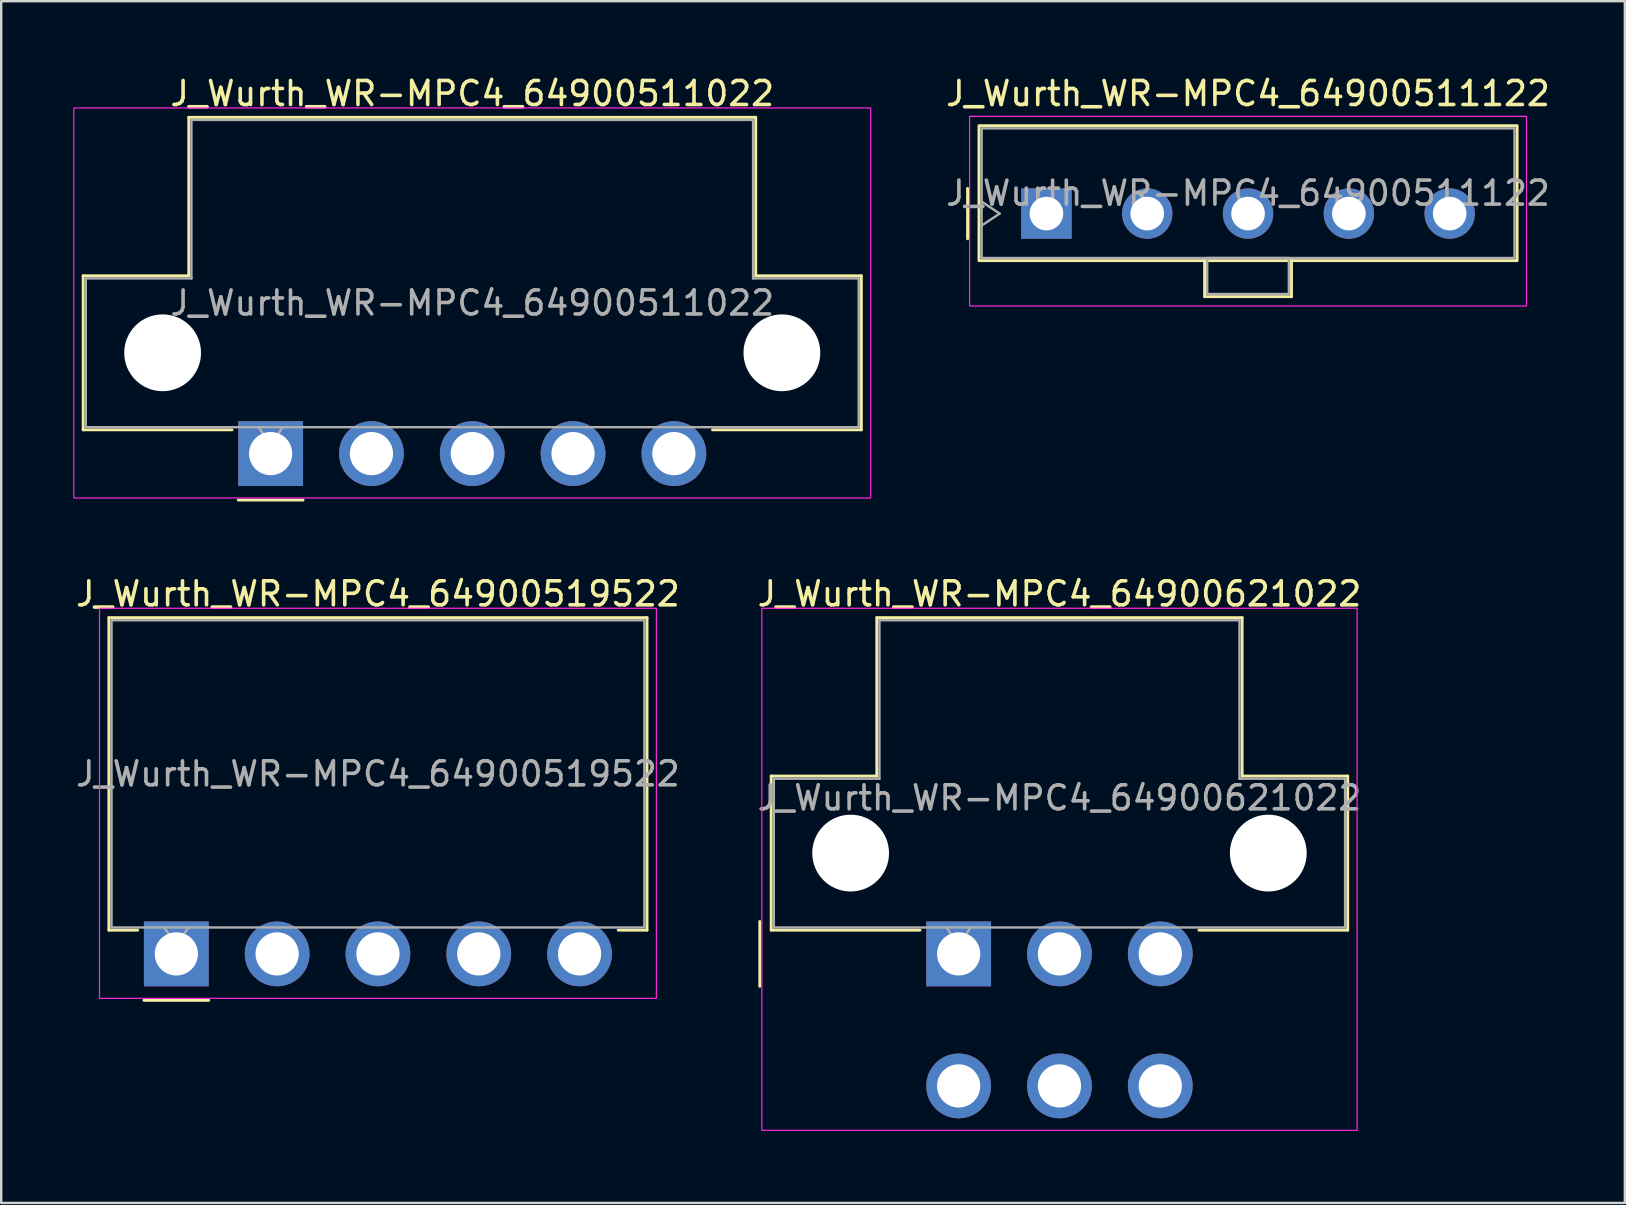
<source format=kicad_pcb>
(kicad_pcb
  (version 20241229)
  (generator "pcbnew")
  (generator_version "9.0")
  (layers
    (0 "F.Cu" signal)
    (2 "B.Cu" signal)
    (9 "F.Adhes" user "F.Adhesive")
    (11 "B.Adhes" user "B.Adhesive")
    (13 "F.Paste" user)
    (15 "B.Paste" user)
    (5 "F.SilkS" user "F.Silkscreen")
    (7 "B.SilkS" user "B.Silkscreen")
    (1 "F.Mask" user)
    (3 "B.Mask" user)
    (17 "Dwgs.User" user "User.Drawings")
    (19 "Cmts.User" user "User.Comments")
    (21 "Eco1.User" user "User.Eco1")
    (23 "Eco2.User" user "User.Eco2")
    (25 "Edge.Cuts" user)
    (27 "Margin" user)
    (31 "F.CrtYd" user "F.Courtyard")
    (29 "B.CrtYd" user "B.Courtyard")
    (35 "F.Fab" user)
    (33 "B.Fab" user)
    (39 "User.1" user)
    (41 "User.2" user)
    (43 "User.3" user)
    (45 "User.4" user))
  (footprint "J_Wurth_WR-MPC4_64900511122"
    (layer "F.Cu")
    (at 40.546 5.848)
    (property "Reference" "J_Wurth_WR-MPC4_64900511122" (at 8.4 -5 0) (unlocked yes) (layer "F.SilkS") (effects (font (size 1 1) (thickness 0.15))))
    (attr through_hole)
    (fp_line (start -3.285 -1.05) (end -3.285 1.05) (stroke (width 0.12) (type solid)) (layer "F.SilkS"))
    (fp_line (start 6.59 3.46) (end 6.59 1.96) (stroke (width 0.12) (type default)) (layer "F.SilkS"))
    (fp_line (start 10.21 1.96) (end 10.21 3.46) (stroke (width 0.12) (type default)) (layer "F.SilkS"))
    (fp_line (start 10.21 3.46) (end 6.59 3.46) (stroke (width 0.12) (type default)) (layer "F.SilkS"))
    (fp_rect (start -2.81 -3.66) (end 19.61 1.96) (stroke (width 0.12) (type solid)) (fill no) (layer "F.SilkS"))
    (fp_rect (start -3.2 -4.05) (end 20 3.85) (stroke (width 0.05) (type solid)) (fill no) (layer "F.CrtYd"))
    (fp_line (start -1.95 0) (end -2.7 -0.5) (stroke (width 0.1) (type solid)) (layer "F.Fab"))
    (fp_line (start -1.95 0) (end -2.7 0.5) (stroke (width 0.1) (type solid)) (layer "F.Fab"))
    (fp_rect (start -2.7 -3.55) (end 19.5 1.85) (stroke (width 0.1) (type solid)) (fill no) (layer "F.Fab"))
    (fp_rect (start 6.7 1.85) (end 10.1 3.35) (stroke (width 0.1) (type solid)) (fill no) (layer "F.Fab"))
    (fp_text user "${REFERENCE}" (at 8.4 -0.85 0) (unlocked yes) (layer "F.Fab") (effects (font (size 1 1) (thickness 0.15))))
    (pad "1" thru_hole rect (at 0 0 180) (size 2.1 2.1) (drill 1.4) (layers "*.Cu" "*.Mask"))
    (pad "2" thru_hole circle (at 4.2 0 180) (size 2.1 2.1) (drill 1.4) (layers "*.Cu" "*.Mask"))
    (pad "3" thru_hole circle (at 8.4 0 180) (size 2.1 2.1) (drill 1.4) (layers "*.Cu" "*.Mask"))
    (pad "4" thru_hole circle (at 12.6 0 180) (size 2.1 2.1) (drill 1.4) (layers "*.Cu" "*.Mask"))
    (pad "5" thru_hole circle (at 16.8 0 180) (size 2.1 2.1) (drill 1.4) (layers "*.Cu" "*.Mask")))
  (footprint "J_Wurth_WR-MPC4_64900519522"
    (layer "F.Cu")
    (at 4.296 36.691)
    (property "Reference" "J_Wurth_WR-MPC4_64900519522" (at 8.4 -15 0) (unlocked yes) (layer "F.SilkS") (effects (font (size 1 1) (thickness 0.15))))
    (attr through_hole)
    (fp_line (start -2.81 -14.01) (end 19.61 -14.01) (stroke (width 0.12) (type default)) (layer "F.SilkS"))
    (fp_line (start -2.81 -0.99) (end -2.81 -14.01) (stroke (width 0.12) (type default)) (layer "F.SilkS"))
    (fp_line (start -1.61 -0.99) (end -2.81 -0.99) (stroke (width 0.12) (type solid)) (layer "F.SilkS"))
    (fp_line (start -1.35 1.935) (end 1.35 1.935) (stroke (width 0.12) (type solid)) (layer "F.SilkS"))
    (fp_line (start 19.61 -14.01) (end 19.61 -0.99) (stroke (width 0.12) (type default)) (layer "F.SilkS"))
    (fp_line (start 19.61 -0.99) (end 18.41 -0.99) (stroke (width 0.12) (type solid)) (layer "F.SilkS"))
    (fp_rect (start -3.2 -14.4) (end 20 1.85) (stroke (width 0.05) (type solid)) (fill no) (layer "F.CrtYd"))
    (fp_line (start 0 -0.35) (end -0.5 -1.1) (stroke (width 0.1) (type solid)) (layer "F.Fab"))
    (fp_line (start 0 -0.35) (end 0.5 -1.1) (stroke (width 0.1) (type solid)) (layer "F.Fab"))
    (fp_rect (start -2.7 -13.9) (end 19.5 -1.1) (stroke (width 0.1) (type solid)) (fill no) (layer "F.Fab"))
    (fp_text user "${REFERENCE}" (at 8.4 -7.5 0) (unlocked yes) (layer "F.Fab") (effects (font (size 1 1) (thickness 0.15))))
    (pad "1" thru_hole rect (at 0 0 180) (size 2.7 2.7) (drill 1.8) (layers "*.Cu" "*.Mask"))
    (pad "2" thru_hole circle (at 4.2 0 180) (size 2.7 2.7) (drill 1.8) (layers "*.Cu" "*.Mask"))
    (pad "3" thru_hole circle (at 8.4 0 180) (size 2.7 2.7) (drill 1.8) (layers "*.Cu" "*.Mask"))
    (pad "4" thru_hole circle (at 12.6 0 180) (size 2.7 2.7) (drill 1.8) (layers "*.Cu" "*.Mask"))
    (pad "5" thru_hole circle (at 16.8 0 180) (size 2.7 2.7) (drill 1.8) (layers "*.Cu" "*.Mask")))
  (footprint "J_Wurth_WR-MPC4_64900621022"
    (layer "F.Cu")
    (at 36.889 36.691)
    (property "Reference" "J_Wurth_WR-MPC4_64900621022" (at 4.2 -15 0) (unlocked yes) (layer "F.SilkS") (effects (font (size 1 1) (thickness 0.15))))
    (attr through_hole)
    (fp_line (start -8.285 -1.35) (end -8.285 1.35) (stroke (width 0.12) (type solid)) (layer "F.SilkS"))
    (fp_line (start -7.81 -7.41) (end -3.41 -7.41) (stroke (width 0.12) (type default)) (layer "F.SilkS"))
    (fp_line (start -7.81 -0.99) (end -7.81 -7.41) (stroke (width 0.12) (type default)) (layer "F.SilkS"))
    (fp_line (start -7.81 -0.99) (end -1.61 -0.99) (stroke (width 0.12) (type solid)) (layer "F.SilkS"))
    (fp_line (start -3.41 -14.01) (end -3.41 -7.41) (stroke (width 0.12) (type solid)) (layer "F.SilkS"))
    (fp_line (start 10.01 -0.99) (end 16.21 -0.99) (stroke (width 0.12) (type solid)) (layer "F.SilkS"))
    (fp_line (start 11.81 -14.01) (end -3.41 -14.01) (stroke (width 0.12) (type solid)) (layer "F.SilkS"))
    (fp_line (start 11.81 -7.41) (end 11.81 -14.01) (stroke (width 0.12) (type solid)) (layer "F.SilkS"))
    (fp_line (start 16.21 -7.41) (end 11.81 -7.41) (stroke (width 0.12) (type default)) (layer "F.SilkS"))
    (fp_line (start 16.21 -0.99) (end 16.21 -7.41) (stroke (width 0.12) (type default)) (layer "F.SilkS"))
    (fp_rect (start -8.2 -14.4) (end 16.6 7.35) (stroke (width 0.05) (type solid)) (fill no) (layer "F.CrtYd"))
    (fp_line (start -7.7 -1.1) (end -7.7 -7.3) (stroke (width 0.1) (type default)) (layer "F.Fab"))
    (fp_line (start -7.7 -1.1) (end 16.1 -1.1) (stroke (width 0.1) (type solid)) (layer "F.Fab"))
    (fp_line (start -3.3 -13.9) (end -3.3 -7.3) (stroke (width 0.1) (type solid)) (layer "F.Fab"))
    (fp_line (start -3.3 -7.3) (end -7.7 -7.3) (stroke (width 0.1) (type default)) (layer "F.Fab"))
    (fp_line (start 0 -0.35) (end -0.5 -1.1) (stroke (width 0.1) (type solid)) (layer "F.Fab"))
    (fp_line (start 0 -0.35) (end 0.5 -1.1) (stroke (width 0.1) (type solid)) (layer "F.Fab"))
    (fp_line (start 11.7 -13.9) (end -3.3 -13.9) (stroke (width 0.1) (type default)) (layer "F.Fab"))
    (fp_line (start 11.7 -7.3) (end 11.7 -13.9) (stroke (width 0.1) (type solid)) (layer "F.Fab"))
    (fp_line (start 11.7 -7.3) (end 16.1 -7.3) (stroke (width 0.1) (type default)) (layer "F.Fab"))
    (fp_line (start 16.1 -1.1) (end 16.1 -7.3) (stroke (width 0.1) (type default)) (layer "F.Fab"))
    (fp_text user "${REFERENCE}" (at 4.2 -6.5 0) (unlocked yes) (layer "F.Fab") (effects (font (size 1 1) (thickness 0.15))))
    (pad "" np_thru_hole circle (at -4.5 -4.2) (size 3.2 3.2) (drill 3.2) (layers "*.Cu" "*.Mask"))
    (pad "" np_thru_hole circle (at 12.9 -4.2) (size 3.2 3.2) (drill 3.2) (layers "*.Cu" "*.Mask"))
    (pad "1" thru_hole rect (at 0 0 180) (size 2.7 2.7) (drill 1.8) (layers "*.Cu" "*.Mask"))
    (pad "2" thru_hole circle (at 4.2 0 180) (size 2.7 2.7) (drill 1.8) (layers "*.Cu" "*.Mask"))
    (pad "3" thru_hole circle (at 8.4 0 180) (size 2.7 2.7) (drill 1.8) (layers "*.Cu" "*.Mask"))
    (pad "4" thru_hole circle (at 0 5.5 180) (size 2.7 2.7) (drill 1.8) (layers "*.Cu" "*.Mask"))
    (pad "5" thru_hole circle (at 4.2 5.5 180) (size 2.7 2.7) (drill 1.8) (layers "*.Cu" "*.Mask"))
    (pad "6" thru_hole circle (at 8.4 5.5 180) (size 2.7 2.7) (drill 1.8) (layers "*.Cu" "*.Mask")))
  (footprint "J_Wurth_WR-MPC4_64900511022"
    (layer "F.Cu")
    (at 8.225 15.848)
    (property "Reference" "J_Wurth_WR-MPC4_64900511022" (at 8.4 -15 0) (unlocked yes) (layer "F.SilkS") (effects (font (size 1 1) (thickness 0.15))))
    (attr through_hole)
    (fp_line (start -7.81 -7.41) (end -3.41 -7.41) (stroke (width 0.12) (type default)) (layer "F.SilkS"))
    (fp_line (start -7.81 -0.99) (end -7.81 -7.41) (stroke (width 0.12) (type default)) (layer "F.SilkS"))
    (fp_line (start -7.81 -0.99) (end -1.61 -0.99) (stroke (width 0.12) (type solid)) (layer "F.SilkS"))
    (fp_line (start -3.41 -14.01) (end -3.41 -7.41) (stroke (width 0.12) (type solid)) (layer "F.SilkS"))
    (fp_line (start -1.35 1.935) (end 1.35 1.935) (stroke (width 0.12) (type solid)) (layer "F.SilkS"))
    (fp_line (start 18.41 -0.99) (end 24.61 -0.99) (stroke (width 0.12) (type solid)) (layer "F.SilkS"))
    (fp_line (start 20.21 -14.01) (end -3.41 -14.01) (stroke (width 0.12) (type solid)) (layer "F.SilkS"))
    (fp_line (start 20.21 -7.41) (end 20.21 -14.01) (stroke (width 0.12) (type solid)) (layer "F.SilkS"))
    (fp_line (start 24.61 -7.41) (end 20.21 -7.41) (stroke (width 0.12) (type default)) (layer "F.SilkS"))
    (fp_line (start 24.61 -0.99) (end 24.61 -7.41) (stroke (width 0.12) (type default)) (layer "F.SilkS"))
    (fp_rect (start -8.2 -14.4) (end 25 1.85) (stroke (width 0.05) (type solid)) (fill no) (layer "F.CrtYd"))
    (fp_line (start -7.7 -1.1) (end -7.7 -7.3) (stroke (width 0.1) (type default)) (layer "F.Fab"))
    (fp_line (start -7.7 -1.1) (end 24.5 -1.1) (stroke (width 0.1) (type solid)) (layer "F.Fab"))
    (fp_line (start -3.3 -13.9) (end -3.3 -7.3) (stroke (width 0.1) (type solid)) (layer "F.Fab"))
    (fp_line (start -3.3 -7.3) (end -7.7 -7.3) (stroke (width 0.1) (type default)) (layer "F.Fab"))
    (fp_line (start 0 -0.35) (end -0.5 -1.1) (stroke (width 0.1) (type solid)) (layer "F.Fab"))
    (fp_line (start 0 -0.35) (end 0.5 -1.1) (stroke (width 0.1) (type solid)) (layer "F.Fab"))
    (fp_line (start 20.1 -13.9) (end -3.3 -13.9) (stroke (width 0.1) (type default)) (layer "F.Fab"))
    (fp_line (start 20.1 -7.3) (end 20.1 -13.9) (stroke (width 0.1) (type solid)) (layer "F.Fab"))
    (fp_line (start 20.1 -7.3) (end 24.5 -7.3) (stroke (width 0.1) (type default)) (layer "F.Fab"))
    (fp_line (start 24.5 -1.1) (end 24.5 -7.3) (stroke (width 0.1) (type default)) (layer "F.Fab"))
    (fp_text user "${REFERENCE}" (at 8.4 -6.275 0) (unlocked yes) (layer "F.Fab") (effects (font (size 1 1) (thickness 0.15))))
    (pad "" np_thru_hole circle (at -4.5 -4.2) (size 3.2 3.2) (drill 3.2) (layers "*.Cu" "*.Mask"))
    (pad "" np_thru_hole circle (at 21.3 -4.2) (size 3.2 3.2) (drill 3.2) (layers "*.Cu" "*.Mask"))
    (pad "1" thru_hole rect (at 0 0 180) (size 2.7 2.7) (drill 1.8) (layers "*.Cu" "*.Mask"))
    (pad "2" thru_hole circle (at 4.2 0 180) (size 2.7 2.7) (drill 1.8) (layers "*.Cu" "*.Mask"))
    (pad "3" thru_hole circle (at 8.4 0 180) (size 2.7 2.7) (drill 1.8) (layers "*.Cu" "*.Mask"))
    (pad "4" thru_hole circle (at 12.6 0 180) (size 2.7 2.7) (drill 1.8) (layers "*.Cu" "*.Mask"))
    (pad "5" thru_hole circle (at 16.8 0 180) (size 2.7 2.7) (drill 1.8) (layers "*.Cu" "*.Mask")))
  (gr_rect
    (start -3 -3)
    (end 64.643 47.066)
    (stroke (width 0.1) (type default))
    (fill no)
    (layer "Edge.Cuts")))
</source>
